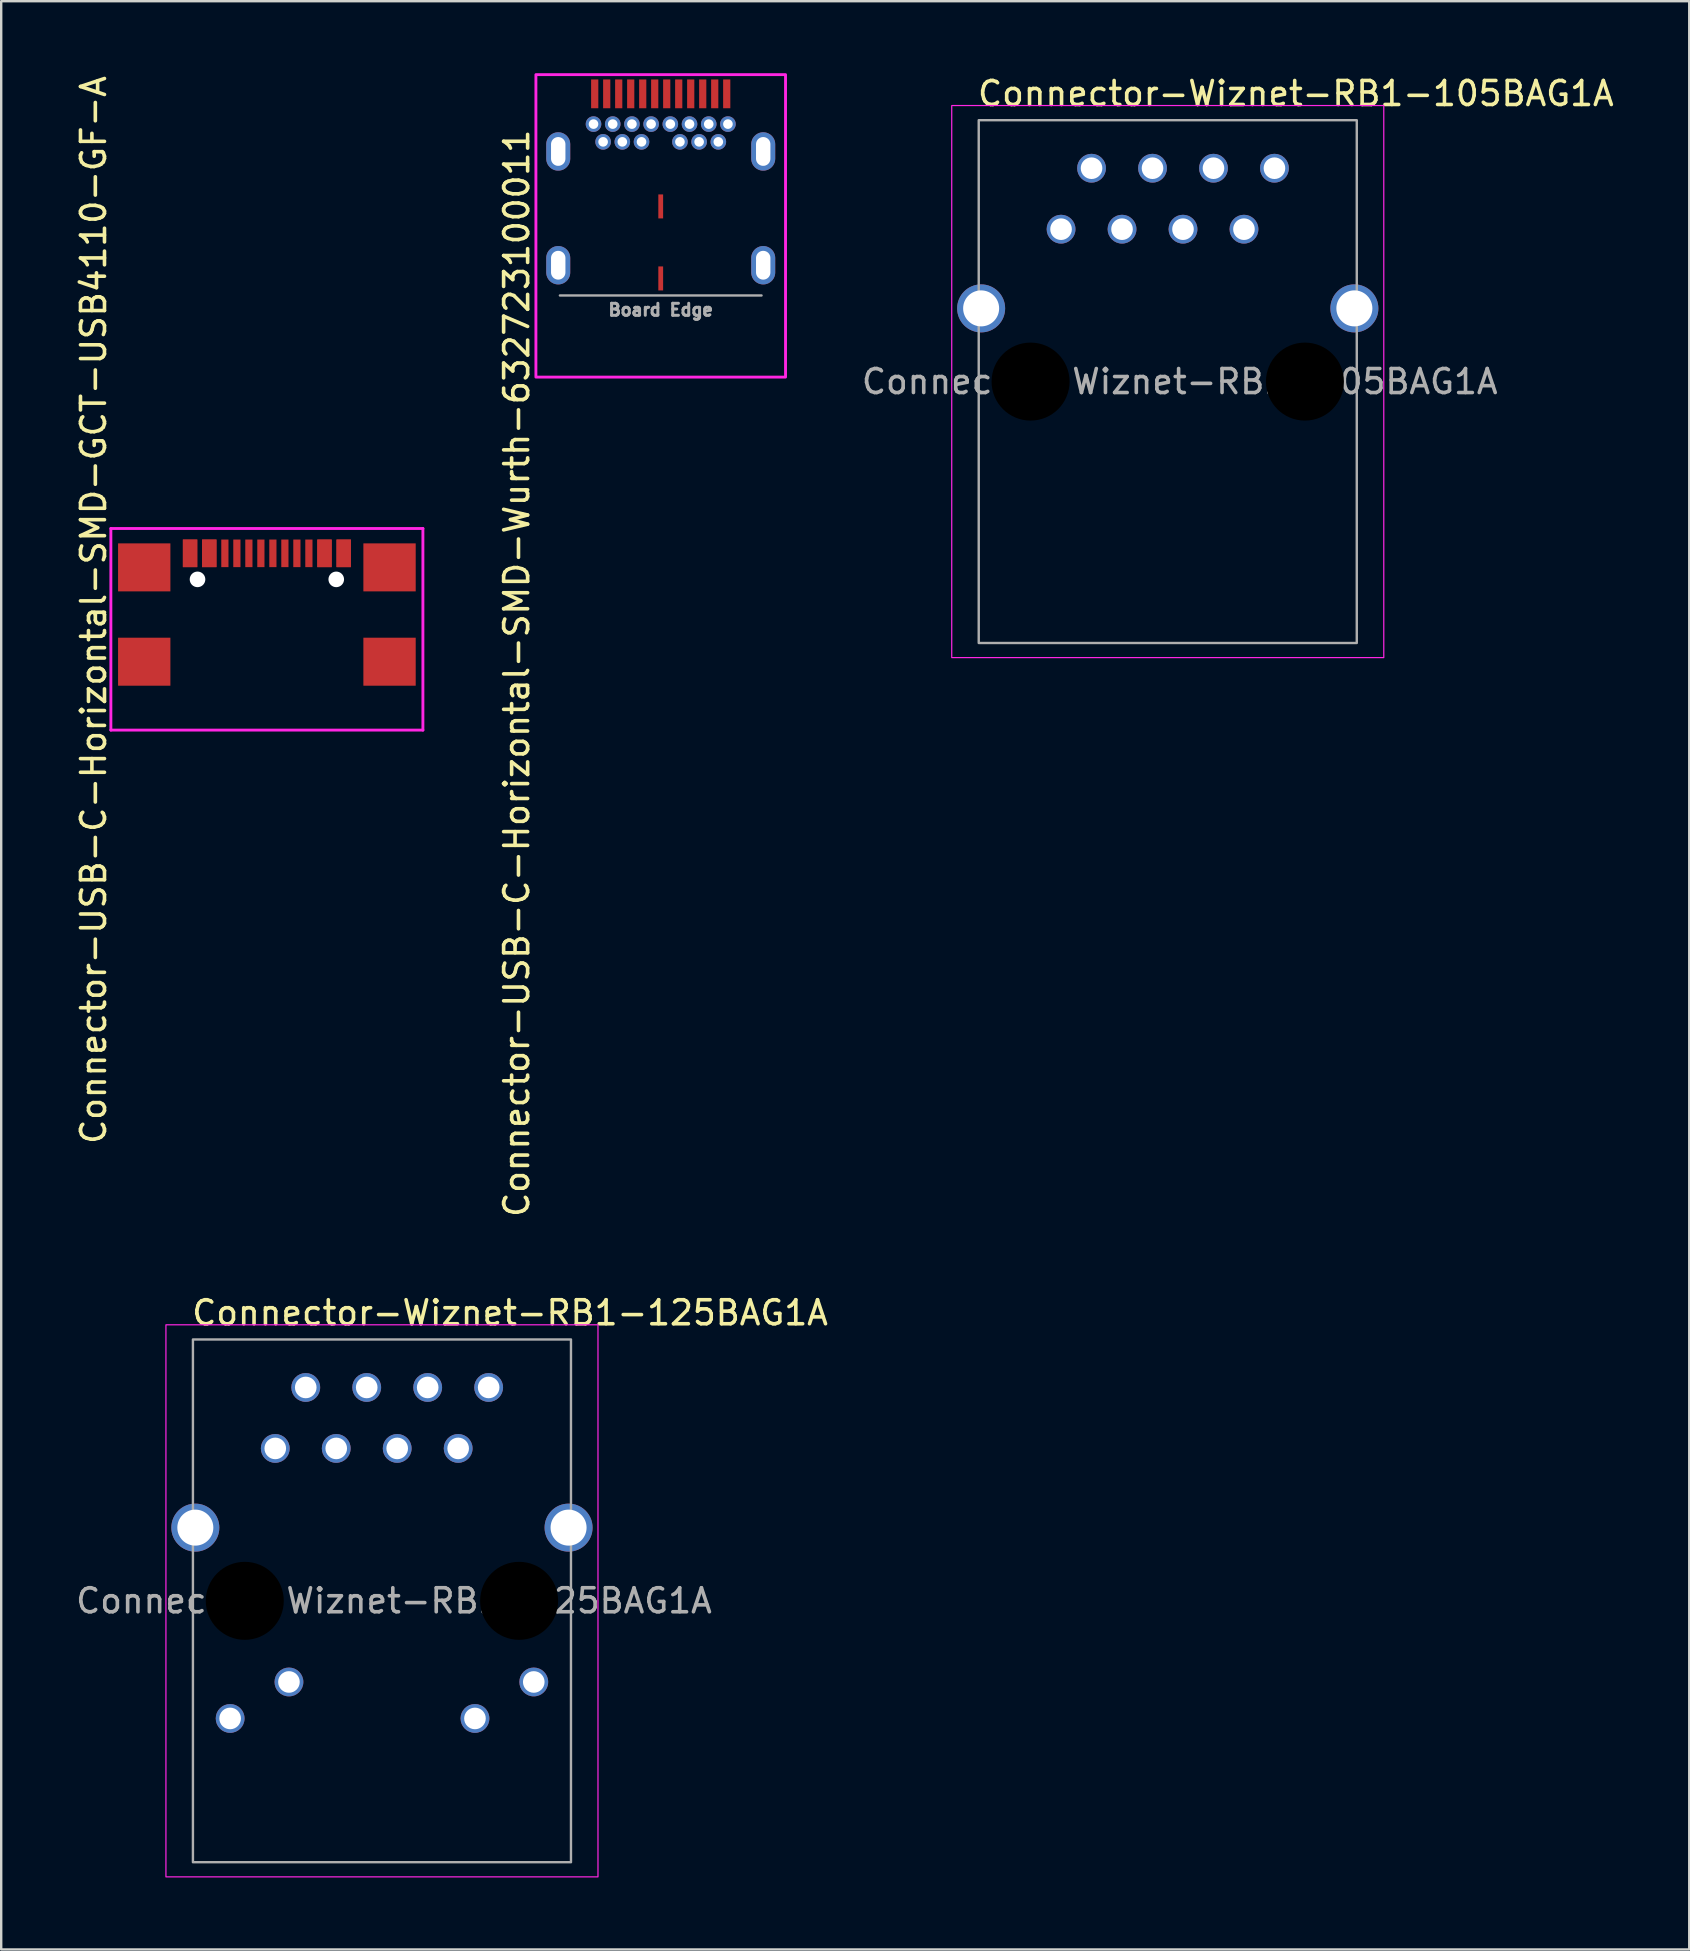
<source format=kicad_pcb>
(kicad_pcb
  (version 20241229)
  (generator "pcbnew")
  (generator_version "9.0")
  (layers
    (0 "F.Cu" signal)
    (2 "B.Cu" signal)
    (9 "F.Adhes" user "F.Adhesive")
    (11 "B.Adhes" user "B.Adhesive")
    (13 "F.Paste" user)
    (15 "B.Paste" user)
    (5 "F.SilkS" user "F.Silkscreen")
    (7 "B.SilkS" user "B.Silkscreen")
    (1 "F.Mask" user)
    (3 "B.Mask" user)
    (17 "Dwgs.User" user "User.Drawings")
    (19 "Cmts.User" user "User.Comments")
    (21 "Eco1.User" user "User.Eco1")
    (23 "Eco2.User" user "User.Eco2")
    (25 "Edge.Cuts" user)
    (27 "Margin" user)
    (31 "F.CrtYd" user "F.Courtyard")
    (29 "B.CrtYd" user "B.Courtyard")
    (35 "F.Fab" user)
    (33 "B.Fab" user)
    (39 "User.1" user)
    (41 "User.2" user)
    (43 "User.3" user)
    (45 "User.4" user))
  (footprint "Connector-USB-C-Horizontal-SMD-Wurth-632723100011"
    (layer "F.Cu")
    (at 24.477 5.86)
    (property "Reference" "Connector-USB-C-Horizontal-SMD-Wurth-632723100011" (at -6 -3.6 90) (unlocked yes) (layer "F.SilkS") (effects (font (size 1 1) (thickness 0.15)) (justify right)))
    (attr smd)
    (fp_rect (start 5.2 6.8) (end -5.2 -5.8) (stroke (width 0.12) (type solid)) (fill no) (layer "F.CrtYd"))
    (fp_line (start 4.2 3.4) (end -4.2 3.4) (stroke (width 0.1) (type solid)) (layer "F.Fab"))
    (fp_text user "Board Edge" (at 0 4 0) (unlocked yes) (layer "F.Fab") (effects (font (size 0.5 0.5) (thickness 0.125))))
    (pad "A1" smd rect (at -2.75 -5) (size 0.3 1.2) (layers "F.Cu" "F.Mask" "F.Paste"))
    (pad "A2" smd rect (at -2.25 -5) (size 0.3 1.2) (layers "F.Cu" "F.Mask" "F.Paste"))
    (pad "A3" smd rect (at -1.75 -5) (size 0.3 1.2) (layers "F.Cu" "F.Mask" "F.Paste"))
    (pad "A4" smd rect (at -1.25 -5) (size 0.3 1.2) (layers "F.Cu" "F.Mask" "F.Paste"))
    (pad "A5" smd rect (at -0.75 -5) (size 0.3 1.2) (layers "F.Cu" "F.Mask" "F.Paste"))
    (pad "A6" smd rect (at -0.25 -5) (size 0.3 1.2) (layers "F.Cu" "F.Mask" "F.Paste"))
    (pad "A7" smd rect (at 0.25 -5) (size 0.3 1.2) (layers "F.Cu" "F.Mask" "F.Paste"))
    (pad "A8" smd rect (at 0.75 -5) (size 0.3 1.2) (layers "F.Cu" "F.Mask" "F.Paste"))
    (pad "A9" smd rect (at 1.25 -5) (size 0.3 1.2) (layers "F.Cu" "F.Mask" "F.Paste"))
    (pad "A10" smd rect (at 1.75 -5) (size 0.3 1.2) (layers "F.Cu" "F.Mask" "F.Paste"))
    (pad "A11" smd rect (at 2.25 -5) (size 0.3 1.2) (layers "F.Cu" "F.Mask" "F.Paste"))
    (pad "A12" smd rect (at 2.75 -5) (size 0.3 1.2) (layers "F.Cu" "F.Mask" "F.Paste"))
    (pad "B1" thru_hole circle (at 2.8 -3.74) (size 0.65 0.65) (drill 0.4) (layers "*.Cu" "*.Mask"))
    (pad "B2" thru_hole circle (at 2.4 -3) (size 0.65 0.65) (drill 0.4) (layers "*.Cu" "*.Mask"))
    (pad "B3" thru_hole circle (at 1.6 -3) (size 0.65 0.65) (drill 0.4) (layers "*.Cu" "*.Mask"))
    (pad "B4" thru_hole circle (at 1.2 -3.74) (size 0.65 0.65) (drill 0.4) (layers "*.Cu" "*.Mask"))
    (pad "B5" thru_hole circle (at 0.8 -3) (size 0.65 0.65) (drill 0.4) (layers "*.Cu" "*.Mask"))
    (pad "B6" thru_hole circle (at 0.4 -3.74) (size 0.65 0.65) (drill 0.4) (layers "*.Cu" "*.Mask"))
    (pad "B7" thru_hole circle (at -0.4 -3.74) (size 0.65 0.65) (drill 0.4) (layers "*.Cu" "*.Mask"))
    (pad "B8" thru_hole circle (at -0.8 -3) (size 0.65 0.65) (drill 0.4) (layers "*.Cu" "*.Mask"))
    (pad "B9" thru_hole circle (at -1.2 -3.74) (size 0.65 0.65) (drill 0.4) (layers "*.Cu" "*.Mask"))
    (pad "B10" thru_hole circle (at -1.6 -3) (size 0.65 0.65) (drill 0.4) (layers "*.Cu" "*.Mask"))
    (pad "B11" thru_hole circle (at -2.4 -3) (size 0.65 0.65) (drill 0.4) (layers "*.Cu" "*.Mask"))
    (pad "B12" thru_hole circle (at -2.8 -3.74) (size 0.65 0.65) (drill 0.4) (layers "*.Cu" "*.Mask"))
    (pad "GND" thru_hole circle (at -2 -3.74) (size 0.65 0.65) (drill 0.4) (layers "*.Cu" "*.Mask"))
    (pad "GND" thru_hole circle (at 2 -3.74) (size 0.65 0.65) (drill 0.4) (layers "*.Cu" "*.Mask"))
    (pad "SHIELD" thru_hole oval (at -4.27 -2.6) (size 1 1.6) (drill oval 0.6 1.2) (layers "*.Cu" "*.Mask"))
    (pad "SHIELD" thru_hole oval (at -4.27 2.14) (size 1 1.6) (drill oval 0.6 1.2) (layers "*.Cu" "*.Mask"))
    (pad "SHIELD" smd rect (at 0 -0.31) (size 0.2 1) (layers "F.Cu" "F.Mask" "F.Paste"))
    (pad "SHIELD" smd rect (at 0 2.69) (size 0.2 1) (layers "F.Cu" "F.Mask" "F.Paste"))
    (pad "SHIELD" thru_hole oval (at 4.27 -2.6) (size 1 1.6) (drill oval 0.6 1.2) (layers "*.Cu" "*.Mask"))
    (pad "SHIELD" thru_hole oval (at 4.27 2.14) (size 1 1.6) (drill oval 0.6 1.2) (layers "*.Cu" "*.Mask")))
  (footprint "Connector-Wiznet-RB1-125BAG1A"
    (layer "F.Cu")
    (at 12.863 63.644)
    (property "Reference" "Connector-Wiznet-RB1-125BAG1A" (at -8 -12 0) (unlocked yes) (layer "F.SilkS") (effects (font (size 1 1) (thickness 0.15)) (justify left)))
    (attr through_hole)
    (fp_rect (start -9 -11.5) (end 9 11.5) (stroke (width 0.05) (type solid)) (fill no) (layer "F.CrtYd"))
    (fp_rect (start -7.875 -10.89) (end 7.875 10.89) (stroke (width 0.1) (type solid)) (fill no) (layer "F.Fab"))
    (fp_text user "${REFERENCE}" (at 0.5 0 0) (unlocked yes) (layer "F.Fab") (effects (font (size 1 1) (thickness 0.15))))
    (pad "" np_thru_hole circle (at -5.715 0) (size 3.5 3.5) (drill 3.25) (layers "*.Mask"))
    (pad "" np_thru_hole circle (at 5.715 0) (size 3.5 3.5) (drill 3.25) (layers "*.Mask"))
    (pad "L1" thru_hole circle (at 6.325 3.38 180) (size 1.2 1.2) (drill 0.9) (layers "*.Cu" "*.Mask"))
    (pad "L2" thru_hole circle (at 3.875 4.9 180) (size 1.2 1.2) (drill 0.9) (layers "*.Cu" "*.Mask"))
    (pad "L3" thru_hole circle (at -3.875 3.38 180) (size 1.2 1.2) (drill 0.9) (layers "*.Cu" "*.Mask"))
    (pad "L4" thru_hole circle (at -6.325 4.9 180) (size 1.2 1.2) (drill 0.9) (layers "*.Cu" "*.Mask"))
    (pad "R1" thru_hole circle (at -4.445 -6.35 180) (size 1.2 1.2) (drill 0.9) (layers "*.Cu" "*.Mask"))
    (pad "R2" thru_hole circle (at -3.175 -8.89) (size 1.2 1.2) (drill 0.9) (layers "*.Cu" "*.Mask"))
    (pad "R3" thru_hole circle (at -1.905 -6.35) (size 1.2 1.2) (drill 0.9) (layers "*.Cu" "*.Mask"))
    (pad "R4" thru_hole circle (at -0.635 -8.89 90) (size 1.2 1.2) (drill 0.9) (layers "*.Cu" "*.Mask"))
    (pad "R5" thru_hole circle (at 0.635 -6.35) (size 1.2 1.2) (drill 0.9) (layers "*.Cu" "*.Mask"))
    (pad "R6" thru_hole circle (at 1.905 -8.89) (size 1.2 1.2) (drill 0.9) (layers "*.Cu" "*.Mask"))
    (pad "R7" thru_hole circle (at 3.175 -6.35) (size 1.2 1.2) (drill 0.9) (layers "*.Cu" "*.Mask"))
    (pad "R8" thru_hole circle (at 4.445 -8.89) (size 1.2 1.2) (drill 0.9) (layers "*.Cu" "*.Mask"))
    (pad "SH" thru_hole circle (at -7.775 -3.05) (size 2 2) (drill 1.5) (layers "*.Cu" "*.Mask"))
    (pad "SH" thru_hole circle (at 7.775 -3.05) (size 2 2) (drill 1.5) (layers "*.Cu" "*.Mask")))
  (footprint "Connector-Wiznet-RB1-105BAG1A"
    (layer "F.Cu")
    (at 45.601 12.848)
    (property "Reference" "Connector-Wiznet-RB1-105BAG1A" (at -8 -12 0) (unlocked yes) (layer "F.SilkS") (effects (font (size 1 1) (thickness 0.15)) (justify left)))
    (attr through_hole)
    (fp_rect (start -9 -11.5) (end 9 11.5) (stroke (width 0.05) (type solid)) (fill no) (layer "F.CrtYd"))
    (fp_rect (start -7.875 -10.89) (end 7.875 10.89) (stroke (width 0.1) (type solid)) (fill no) (layer "F.Fab"))
    (fp_text user "${REFERENCE}" (at 0.5 0 0) (unlocked yes) (layer "F.Fab") (effects (font (size 1 1) (thickness 0.15))))
    (pad "" np_thru_hole circle (at -5.715 0) (size 3.5 3.5) (drill 3.25) (layers "*.Mask"))
    (pad "" np_thru_hole circle (at 5.715 0) (size 3.5 3.5) (drill 3.25) (layers "*.Mask"))
    (pad "R1" thru_hole circle (at -4.445 -6.35 180) (size 1.2 1.2) (drill 0.9) (layers "*.Cu" "*.Mask"))
    (pad "R2" thru_hole circle (at -3.175 -8.89) (size 1.2 1.2) (drill 0.9) (layers "*.Cu" "*.Mask"))
    (pad "R3" thru_hole circle (at -1.905 -6.35) (size 1.2 1.2) (drill 0.9) (layers "*.Cu" "*.Mask"))
    (pad "R4" thru_hole circle (at -0.635 -8.89 90) (size 1.2 1.2) (drill 0.9) (layers "*.Cu" "*.Mask"))
    (pad "R5" thru_hole circle (at 0.635 -6.35) (size 1.2 1.2) (drill 0.9) (layers "*.Cu" "*.Mask"))
    (pad "R6" thru_hole circle (at 1.905 -8.89) (size 1.2 1.2) (drill 0.9) (layers "*.Cu" "*.Mask"))
    (pad "R7" thru_hole circle (at 3.175 -6.35) (size 1.2 1.2) (drill 0.9) (layers "*.Cu" "*.Mask"))
    (pad "R8" thru_hole circle (at 4.445 -8.89) (size 1.2 1.2) (drill 0.9) (layers "*.Cu" "*.Mask"))
    (pad "SH" thru_hole circle (at -7.775 -3.05) (size 2 2) (drill 1.5) (layers "*.Cu" "*.Mask"))
    (pad "SH" thru_hole circle (at 7.775 -3.05) (size 2 2) (drill 1.5) (layers "*.Cu" "*.Mask")))
  (footprint "Connector-USB-C-Horizontal-SMD-GCT-USB4110-GF-A"
    (layer "F.Cu")
    (at 8.069 27.368)
    (property "Reference" "Connector-USB-C-Horizontal-SMD-GCT-USB4110-GF-A" (at -7.221 -5.005 90) (layer "F.SilkS") (effects (font (size 1 1) (thickness 0.15))))
    (attr smd)
    (fp_line (start -6.5 -8.4) (end -6.5 0) (stroke (width 0.12) (type solid)) (layer "F.CrtYd"))
    (fp_line (start -6.5 0) (end 6.5 0) (stroke (width 0.12) (type solid)) (layer "F.CrtYd"))
    (fp_line (start 6.5 -8.4) (end -6.5 -8.4) (stroke (width 0.12) (type solid)) (layer "F.CrtYd"))
    (fp_line (start 6.5 0) (end 6.5 -8.4) (stroke (width 0.12) (type solid)) (layer "F.CrtYd"))
    (pad "" np_thru_hole circle (at -2.89 -6.28) (size 0.65 0.65) (drill 0.65) (layers "*.Cu" "*.Mask"))
    (pad "" np_thru_hole circle (at 2.89 -6.28) (size 0.65 0.65) (drill 0.65) (layers "*.Cu" "*.Mask"))
    (pad "A1" smd rect (at -3.2 -7.365) (size 0.6 1.15) (layers "F.Cu" "F.Mask" "F.Paste"))
    (pad "A4" smd rect (at -2.4 -7.365) (size 0.6 1.15) (layers "F.Cu" "F.Mask" "F.Paste"))
    (pad "A5" smd rect (at -1.25 -7.365) (size 0.3 1.15) (layers "F.Cu" "F.Mask" "F.Paste"))
    (pad "A6" smd rect (at -0.25 -7.365) (size 0.3 1.15) (layers "F.Cu" "F.Mask" "F.Paste"))
    (pad "A7" smd rect (at 0.25 -7.365) (size 0.3 1.15) (layers "F.Cu" "F.Mask" "F.Paste"))
    (pad "A8" smd rect (at 1.25 -7.365) (size 0.3 1.15) (layers "F.Cu" "F.Mask" "F.Paste"))
    (pad "A9" smd rect (at 2.4 -7.365) (size 0.6 1.15) (layers "F.Cu" "F.Mask" "F.Paste"))
    (pad "A12" smd rect (at 3.2 -7.365) (size 0.6 1.15) (layers "F.Cu" "F.Mask" "F.Paste"))
    (pad "B1" smd rect (at 3.2 -7.365) (size 0.6 1.15) (layers "F.Cu" "F.Mask" "F.Paste"))
    (pad "B4" smd rect (at 2.4 -7.365) (size 0.6 1.15) (layers "F.Cu" "F.Mask" "F.Paste"))
    (pad "B5" smd rect (at 1.75 -7.365) (size 0.3 1.15) (layers "F.Cu" "F.Mask" "F.Paste"))
    (pad "B6" smd rect (at 0.75 -7.365) (size 0.3 1.15) (layers "F.Cu" "F.Mask" "F.Paste"))
    (pad "B7" smd rect (at -0.75 -7.365) (size 0.3 1.15) (layers "F.Cu" "F.Mask" "F.Paste"))
    (pad "B8" smd rect (at -1.75 -7.365) (size 0.3 1.15) (layers "F.Cu" "F.Mask" "F.Paste"))
    (pad "B9" smd rect (at -2.4 -7.365) (size 0.6 1.15) (layers "F.Cu" "F.Mask" "F.Paste"))
    (pad "B12" smd rect (at -3.2 -7.365) (size 0.6 1.15) (layers "F.Cu" "F.Mask" "F.Paste"))
    (pad "S1" smd rect (at -5.11 -6.78) (size 2.18 2) (layers "F.Cu" "F.Mask" "F.Paste"))
    (pad "S1" smd rect (at -5.11 -2.85) (size 2.18 2) (layers "F.Cu" "F.Mask" "F.Paste"))
    (pad "S1" smd rect (at 5.11 -6.78) (size 2.18 2) (layers "F.Cu" "F.Mask" "F.Paste"))
    (pad "S1" smd rect (at 5.11 -2.85) (size 2.18 2) (layers "F.Cu" "F.Mask" "F.Paste")))
  (gr_rect
    (start -3 -3)
    (end 67.327 78.169)
    (stroke (width 0.1) (type default))
    (fill no)
    (layer "Edge.Cuts")))
</source>
